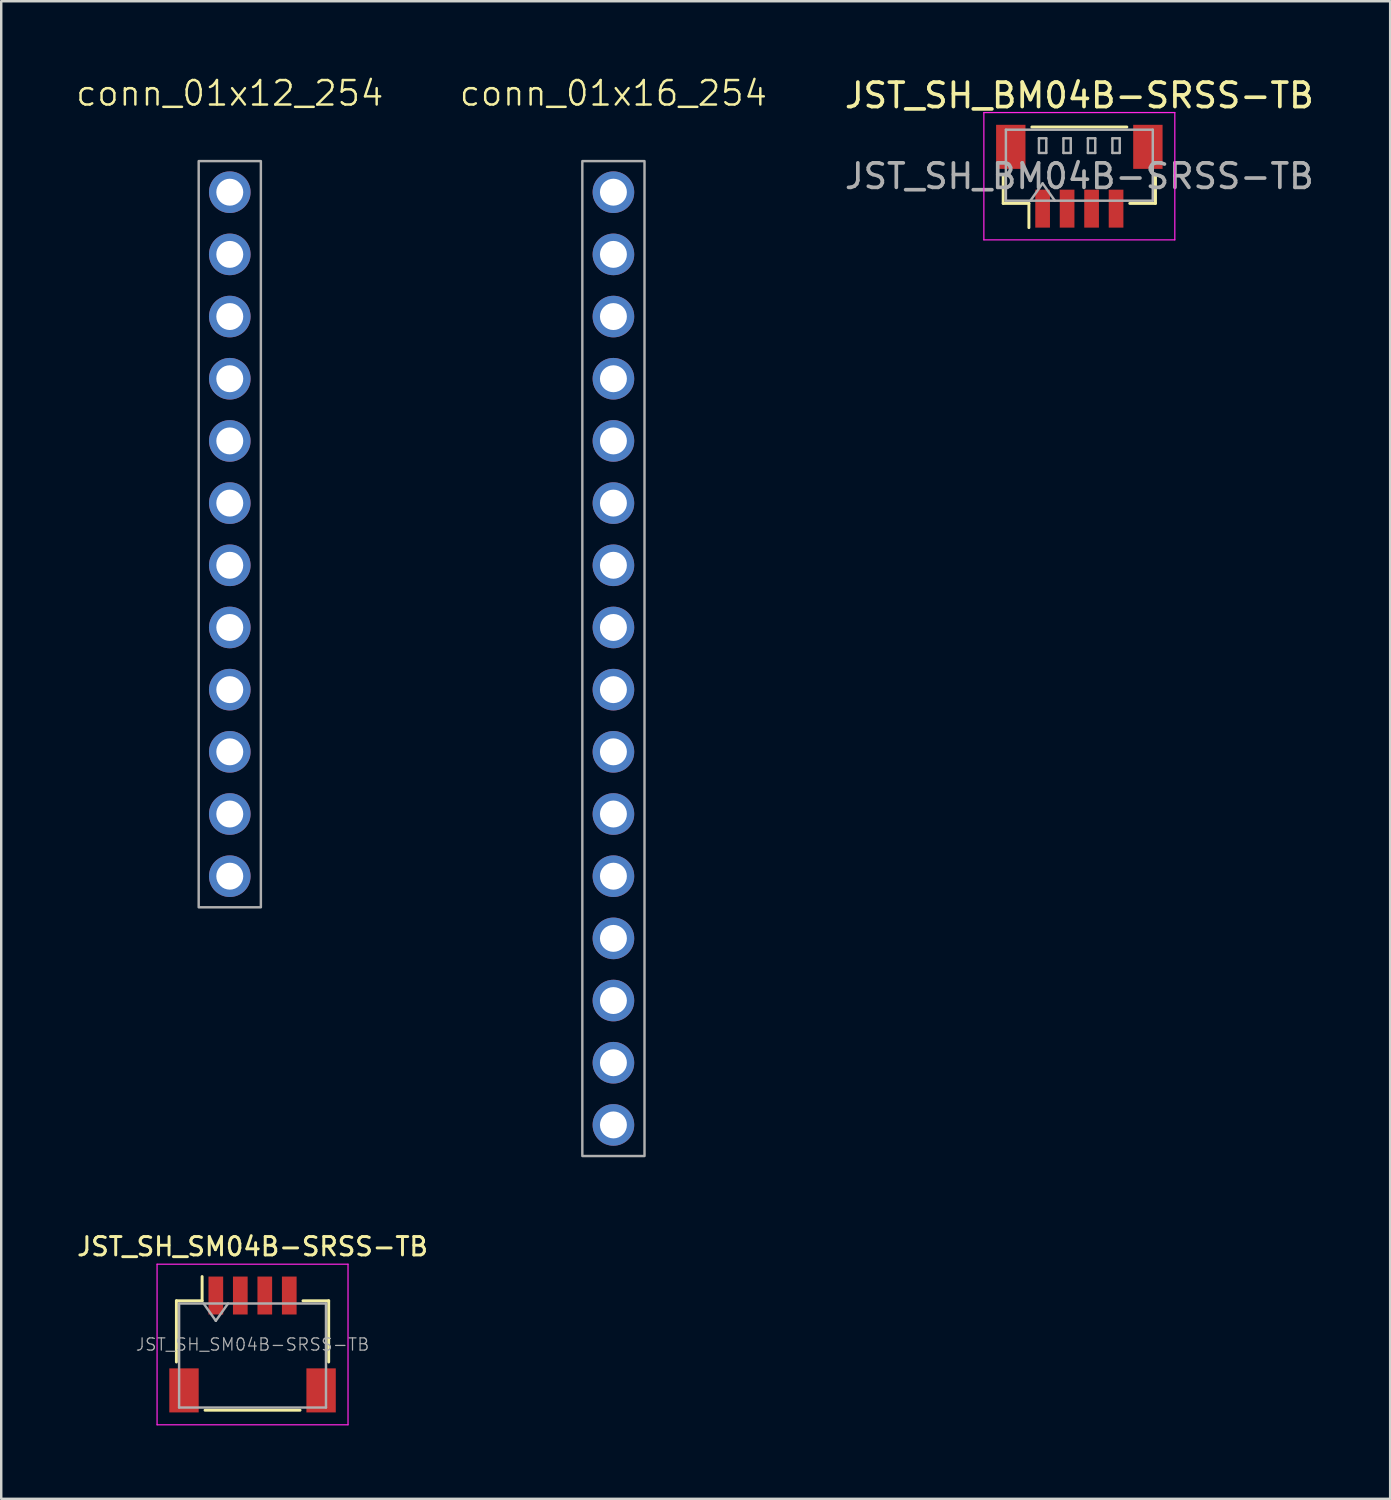
<source format=kicad_pcb>
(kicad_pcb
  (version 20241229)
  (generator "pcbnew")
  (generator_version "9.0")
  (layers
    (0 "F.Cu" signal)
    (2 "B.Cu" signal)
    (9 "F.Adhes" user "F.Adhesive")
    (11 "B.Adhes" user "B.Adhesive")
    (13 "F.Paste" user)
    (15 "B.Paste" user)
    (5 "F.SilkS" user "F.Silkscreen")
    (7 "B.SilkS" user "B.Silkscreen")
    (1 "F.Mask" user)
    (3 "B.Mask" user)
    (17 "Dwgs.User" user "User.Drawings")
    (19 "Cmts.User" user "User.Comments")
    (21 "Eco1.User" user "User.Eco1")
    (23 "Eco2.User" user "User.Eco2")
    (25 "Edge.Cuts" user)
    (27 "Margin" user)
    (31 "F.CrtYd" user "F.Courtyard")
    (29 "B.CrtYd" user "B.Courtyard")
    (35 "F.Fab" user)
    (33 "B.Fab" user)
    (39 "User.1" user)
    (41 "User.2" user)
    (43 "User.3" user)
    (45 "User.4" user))
  (footprint "JST_SH_SM04B-SRSS-TB"
    (layer "F.Cu")
    (at 7.266 51.87)
    (property "Reference" "JST_SH_SM04B-SRSS-TB" (at 0 -4 0) (unlocked yes) (layer "F.SilkS") (effects (font (size 0.75 0.75) (thickness 0.12))))
    (attr smd)
    (fp_line (start -3.11 -1.785) (end -2.06 -1.785) (stroke (width 0.12) (type solid)) (layer "F.SilkS"))
    (fp_line (start -3.11 0.715) (end -3.11 -1.785) (stroke (width 0.12) (type solid)) (layer "F.SilkS"))
    (fp_line (start -2.06 -1.785) (end -2.06 -2.775) (stroke (width 0.12) (type solid)) (layer "F.SilkS"))
    (fp_line (start -1.94 2.685) (end 1.94 2.685) (stroke (width 0.12) (type solid)) (layer "F.SilkS"))
    (fp_line (start 3.11 -1.785) (end 2.06 -1.785) (stroke (width 0.12) (type solid)) (layer "F.SilkS"))
    (fp_line (start 3.11 0.715) (end 3.11 -1.785) (stroke (width 0.12) (type solid)) (layer "F.SilkS"))
    (fp_line (start -3.9 -3.28) (end -3.9 3.28) (stroke (width 0.05) (type solid)) (layer "F.CrtYd"))
    (fp_line (start -3.9 3.28) (end 3.9 3.28) (stroke (width 0.05) (type solid)) (layer "F.CrtYd"))
    (fp_line (start 3.9 -3.28) (end -3.9 -3.28) (stroke (width 0.05) (type solid)) (layer "F.CrtYd"))
    (fp_line (start 3.9 3.28) (end 3.9 -3.28) (stroke (width 0.05) (type solid)) (layer "F.CrtYd"))
    (fp_line (start -3 -1.675) (end -3 2.575) (stroke (width 0.1) (type solid)) (layer "F.Fab"))
    (fp_line (start -3 -1.675) (end 3 -1.675) (stroke (width 0.1) (type solid)) (layer "F.Fab"))
    (fp_line (start -3 2.575) (end 3 2.575) (stroke (width 0.1) (type solid)) (layer "F.Fab"))
    (fp_line (start -2 -1.675) (end -1.5 -0.968) (stroke (width 0.1) (type solid)) (layer "F.Fab"))
    (fp_line (start -1.5 -0.968) (end -1 -1.675) (stroke (width 0.1) (type solid)) (layer "F.Fab"))
    (fp_line (start 3 -1.675) (end 3 2.575) (stroke (width 0.1) (type solid)) (layer "F.Fab"))
    (fp_text user "${REFERENCE}" (at 0 0 0) (layer "F.Fab") (effects (font (size 0.5 0.5) (thickness 0.05))))
    (pad "" smd rect (at -2.8 1.875) (size 1.2 1.8) (layers "F.Cu" "F.Mask" "F.Paste"))
    (pad "" smd rect (at 2.8 1.875) (size 1.2 1.8) (layers "F.Cu" "F.Mask" "F.Paste"))
    (pad "1" smd rect (at -1.5 -2) (size 0.6 1.55) (layers "F.Cu" "F.Mask" "F.Paste"))
    (pad "2" smd rect (at -0.5 -2) (size 0.6 1.55) (layers "F.Cu" "F.Mask" "F.Paste"))
    (pad "3" smd rect (at 0.5 -2) (size 0.6 1.55) (layers "F.Cu" "F.Mask" "F.Paste"))
    (pad "4" smd rect (at 1.5 -2) (size 0.6 1.55) (layers "F.Cu" "F.Mask" "F.Paste")))
  (footprint "conn_01x12_254"
    (layer "F.Cu")
    (at 6.336 4.801)
    (property "Reference" "conn_01x12_254" (at 0 -4.04 0) (unlocked yes) (layer "F.SilkS") (effects (font (size 1 1) (thickness 0.1))))
    (attr through_hole)
    (fp_rect (start -1.27 -1.27) (end 1.27 29.21) (stroke (width 0.1) (type default)) (fill no) (layer "F.Fab"))
    (pad "1" thru_hole circle (at 0 0) (size 1.7 1.7) (drill 1.1) (layers "*.Cu" "*.Mask"))
    (pad "2" thru_hole circle (at 0 2.54) (size 1.7 1.7) (drill 1.1) (layers "*.Cu" "*.Mask"))
    (pad "3" thru_hole circle (at 0 5.08) (size 1.7 1.7) (drill 1.1) (layers "*.Cu" "*.Mask"))
    (pad "4" thru_hole circle (at 0 7.62) (size 1.7 1.7) (drill 1.1) (layers "*.Cu" "*.Mask"))
    (pad "5" thru_hole circle (at 0 10.16) (size 1.7 1.7) (drill 1.1) (layers "*.Cu" "*.Mask"))
    (pad "6" thru_hole circle (at 0 12.7) (size 1.7 1.7) (drill 1.1) (layers "*.Cu" "*.Mask"))
    (pad "7" thru_hole circle (at 0 15.24) (size 1.7 1.7) (drill 1.1) (layers "*.Cu" "*.Mask"))
    (pad "8" thru_hole circle (at 0 17.78) (size 1.7 1.7) (drill 1.1) (layers "*.Cu" "*.Mask"))
    (pad "9" thru_hole circle (at 0 20.32) (size 1.7 1.7) (drill 1.1) (layers "*.Cu" "*.Mask"))
    (pad "10" thru_hole circle (at 0 22.86) (size 1.7 1.7) (drill 1.1) (layers "*.Cu" "*.Mask"))
    (pad "11" thru_hole circle (at 0 25.4) (size 1.7 1.7) (drill 1.1) (layers "*.Cu" "*.Mask"))
    (pad "12" thru_hole circle (at 0 27.94) (size 1.7 1.7) (drill 1.1) (layers "*.Cu" "*.Mask")))
  (footprint "conn_01x16_254"
    (layer "F.Cu")
    (at 22.007 4.801)
    (property "Reference" "conn_01x16_254" (at 0 -4.04 0) (unlocked yes) (layer "F.SilkS") (effects (font (size 1 1) (thickness 0.1))))
    (attr through_hole)
    (fp_rect (start -1.27 -1.27) (end 1.27 39.37) (stroke (width 0.1) (type default)) (fill no) (layer "F.Fab"))
    (pad "1" thru_hole circle (at 0 0) (size 1.7 1.7) (drill 1.1) (layers "*.Cu" "*.Mask"))
    (pad "2" thru_hole circle (at 0 2.54) (size 1.7 1.7) (drill 1.1) (layers "*.Cu" "*.Mask"))
    (pad "3" thru_hole circle (at 0 5.08) (size 1.7 1.7) (drill 1.1) (layers "*.Cu" "*.Mask"))
    (pad "4" thru_hole circle (at 0 7.62) (size 1.7 1.7) (drill 1.1) (layers "*.Cu" "*.Mask"))
    (pad "5" thru_hole circle (at 0 10.16) (size 1.7 1.7) (drill 1.1) (layers "*.Cu" "*.Mask"))
    (pad "6" thru_hole circle (at 0 12.7) (size 1.7 1.7) (drill 1.1) (layers "*.Cu" "*.Mask"))
    (pad "7" thru_hole circle (at 0 15.24) (size 1.7 1.7) (drill 1.1) (layers "*.Cu" "*.Mask"))
    (pad "8" thru_hole circle (at 0 17.78) (size 1.7 1.7) (drill 1.1) (layers "*.Cu" "*.Mask"))
    (pad "9" thru_hole circle (at 0 20.32) (size 1.7 1.7) (drill 1.1) (layers "*.Cu" "*.Mask"))
    (pad "10" thru_hole circle (at 0 22.86) (size 1.7 1.7) (drill 1.1) (layers "*.Cu" "*.Mask"))
    (pad "11" thru_hole circle (at 0 25.4) (size 1.7 1.7) (drill 1.1) (layers "*.Cu" "*.Mask"))
    (pad "12" thru_hole circle (at 0 27.94) (size 1.7 1.7) (drill 1.1) (layers "*.Cu" "*.Mask"))
    (pad "13" thru_hole circle (at 0 30.48) (size 1.7 1.7) (drill 1.1) (layers "*.Cu" "*.Mask"))
    (pad "14" thru_hole circle (at 0 33.02) (size 1.7 1.7) (drill 1.1) (layers "*.Cu" "*.Mask"))
    (pad "15" thru_hole circle (at 0 35.56) (size 1.7 1.7) (drill 1.1) (layers "*.Cu" "*.Mask"))
    (pad "16" thru_hole circle (at 0 38.1) (size 1.7 1.7) (drill 1.1) (layers "*.Cu" "*.Mask")))
  (footprint "JST_SH_BM04B-SRSS-TB"
    (layer "F.Cu")
    (at 41.039 4.148)
    (property "Reference" "JST_SH_BM04B-SRSS-TB" (at 0 -3.3 0) (layer "F.SilkS") (effects (font (size 1 1) (thickness 0.15))))
    (attr smd)
    (fp_line (start -3.11 -0.04) (end -3.11 1.11) (stroke (width 0.12) (type solid)) (layer "F.SilkS"))
    (fp_line (start -3.11 1.11) (end -2.06 1.11) (stroke (width 0.12) (type solid)) (layer "F.SilkS"))
    (fp_line (start -2.06 1.11) (end -2.06 2.1) (stroke (width 0.12) (type solid)) (layer "F.SilkS"))
    (fp_line (start -1.94 -2.01) (end 1.94 -2.01) (stroke (width 0.12) (type solid)) (layer "F.SilkS"))
    (fp_line (start 3.11 -0.04) (end 3.11 1.11) (stroke (width 0.12) (type solid)) (layer "F.SilkS"))
    (fp_line (start 3.11 1.11) (end 2.06 1.11) (stroke (width 0.12) (type solid)) (layer "F.SilkS"))
    (fp_line (start -3.9 -2.6) (end -3.9 2.6) (stroke (width 0.05) (type solid)) (layer "F.CrtYd"))
    (fp_line (start -3.9 2.6) (end 3.9 2.6) (stroke (width 0.05) (type solid)) (layer "F.CrtYd"))
    (fp_line (start 3.9 -2.6) (end -3.9 -2.6) (stroke (width 0.05) (type solid)) (layer "F.CrtYd"))
    (fp_line (start 3.9 2.6) (end 3.9 -2.6) (stroke (width 0.05) (type solid)) (layer "F.CrtYd"))
    (fp_line (start -3 -1.9) (end 3 -1.9) (stroke (width 0.1) (type solid)) (layer "F.Fab"))
    (fp_line (start -3 1) (end -3 -1.9) (stroke (width 0.1) (type solid)) (layer "F.Fab"))
    (fp_line (start -3 1) (end 3 1) (stroke (width 0.1) (type solid)) (layer "F.Fab"))
    (fp_line (start -2 1) (end -1.5 0.293) (stroke (width 0.1) (type solid)) (layer "F.Fab"))
    (fp_line (start -1.65 -1.55) (end -1.65 -0.95) (stroke (width 0.1) (type solid)) (layer "F.Fab"))
    (fp_line (start -1.65 -0.95) (end -1.35 -0.95) (stroke (width 0.1) (type solid)) (layer "F.Fab"))
    (fp_line (start -1.5 0.293) (end -1 1) (stroke (width 0.1) (type solid)) (layer "F.Fab"))
    (fp_line (start -1.35 -1.55) (end -1.65 -1.55) (stroke (width 0.1) (type solid)) (layer "F.Fab"))
    (fp_line (start -1.35 -0.95) (end -1.35 -1.55) (stroke (width 0.1) (type solid)) (layer "F.Fab"))
    (fp_line (start -0.65 -1.55) (end -0.65 -0.95) (stroke (width 0.1) (type solid)) (layer "F.Fab"))
    (fp_line (start -0.65 -0.95) (end -0.35 -0.95) (stroke (width 0.1) (type solid)) (layer "F.Fab"))
    (fp_line (start -0.35 -1.55) (end -0.65 -1.55) (stroke (width 0.1) (type solid)) (layer "F.Fab"))
    (fp_line (start -0.35 -0.95) (end -0.35 -1.55) (stroke (width 0.1) (type solid)) (layer "F.Fab"))
    (fp_line (start 0.35 -1.55) (end 0.35 -0.95) (stroke (width 0.1) (type solid)) (layer "F.Fab"))
    (fp_line (start 0.35 -0.95) (end 0.65 -0.95) (stroke (width 0.1) (type solid)) (layer "F.Fab"))
    (fp_line (start 0.65 -1.55) (end 0.35 -1.55) (stroke (width 0.1) (type solid)) (layer "F.Fab"))
    (fp_line (start 0.65 -0.95) (end 0.65 -1.55) (stroke (width 0.1) (type solid)) (layer "F.Fab"))
    (fp_line (start 1.35 -1.55) (end 1.35 -0.95) (stroke (width 0.1) (type solid)) (layer "F.Fab"))
    (fp_line (start 1.35 -0.95) (end 1.65 -0.95) (stroke (width 0.1) (type solid)) (layer "F.Fab"))
    (fp_line (start 1.65 -1.55) (end 1.35 -1.55) (stroke (width 0.1) (type solid)) (layer "F.Fab"))
    (fp_line (start 1.65 -0.95) (end 1.65 -1.55) (stroke (width 0.1) (type solid)) (layer "F.Fab"))
    (fp_line (start 3 1) (end 3 -1.9) (stroke (width 0.1) (type solid)) (layer "F.Fab"))
    (fp_text user "${REFERENCE}" (at 0 0 0) (layer "F.Fab") (effects (font (size 1 1) (thickness 0.15))))
    (pad "1" smd rect (at -1.5 1.325) (size 0.6 1.55) (layers "F.Cu" "F.Mask" "F.Paste"))
    (pad "2" smd rect (at -0.5 1.325) (size 0.6 1.55) (layers "F.Cu" "F.Mask" "F.Paste"))
    (pad "3" smd rect (at 0.5 1.325) (size 0.6 1.55) (layers "F.Cu" "F.Mask" "F.Paste"))
    (pad "4" smd rect (at 1.5 1.325) (size 0.6 1.55) (layers "F.Cu" "F.Mask" "F.Paste"))
    (pad "MP" smd rect (at -2.8 -1.2) (size 1.2 1.8) (layers "F.Cu" "F.Mask" "F.Paste"))
    (pad "MP" smd rect (at 2.8 -1.2) (size 1.2 1.8) (layers "F.Cu" "F.Mask" "F.Paste")))
  (gr_rect
    (start -3 -3)
    (end 53.736 58.175)
    (stroke (width 0.1) (type default))
    (fill no)
    (layer "Edge.Cuts")))
</source>
